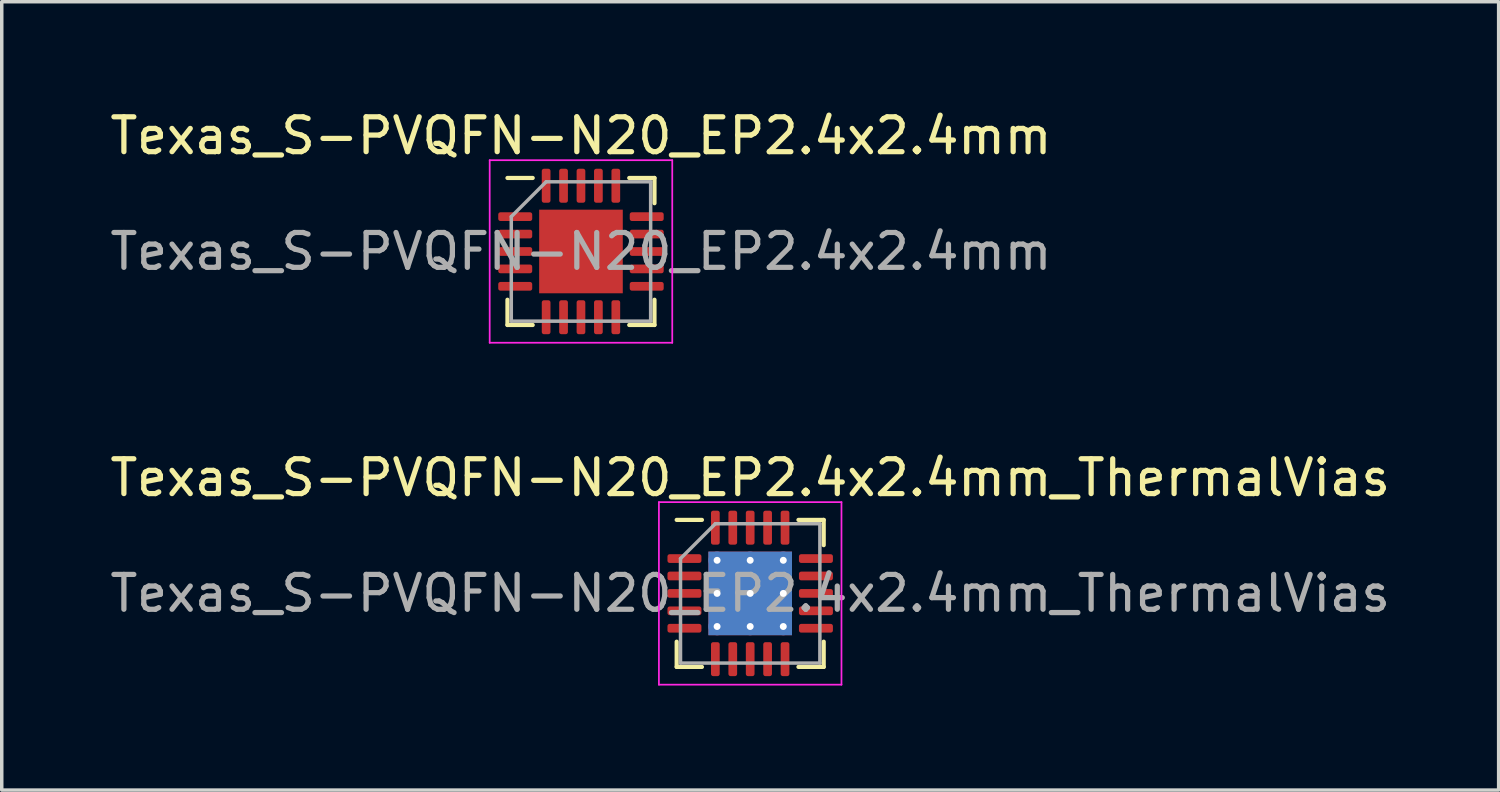
<source format=kicad_pcb>
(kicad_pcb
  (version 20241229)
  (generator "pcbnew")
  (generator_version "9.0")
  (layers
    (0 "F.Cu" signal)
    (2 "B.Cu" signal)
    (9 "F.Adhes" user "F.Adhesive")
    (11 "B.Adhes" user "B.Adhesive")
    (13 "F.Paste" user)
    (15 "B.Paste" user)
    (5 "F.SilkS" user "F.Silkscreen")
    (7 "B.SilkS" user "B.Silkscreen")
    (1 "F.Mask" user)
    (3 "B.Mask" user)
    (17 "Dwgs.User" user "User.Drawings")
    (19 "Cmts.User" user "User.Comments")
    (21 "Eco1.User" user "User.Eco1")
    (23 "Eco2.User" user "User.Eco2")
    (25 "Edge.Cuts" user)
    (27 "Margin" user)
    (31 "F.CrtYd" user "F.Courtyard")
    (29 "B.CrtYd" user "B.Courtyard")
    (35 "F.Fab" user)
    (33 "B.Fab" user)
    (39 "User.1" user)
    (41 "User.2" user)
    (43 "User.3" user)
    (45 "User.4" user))
  (footprint "Texas_S-PVQFN-N20_EP2.4x2.4mm"
    (layer "F.Cu")
    (at 13.625 4.168)
    (property "Reference" "Texas_S-PVQFN-N20_EP2.4x2.4mm" (at 0 -3.32 0) (layer "F.SilkS") (effects (font (size 1 1) (thickness 0.15))))
    (attr smd)
    (fp_line (start -2.11 2.11) (end -2.11 1.385) (stroke (width 0.12) (type solid)) (layer "F.SilkS"))
    (fp_line (start -1.385 -2.11) (end -2.11 -2.11) (stroke (width 0.12) (type solid)) (layer "F.SilkS"))
    (fp_line (start -1.385 2.11) (end -2.11 2.11) (stroke (width 0.12) (type solid)) (layer "F.SilkS"))
    (fp_line (start 1.385 -2.11) (end 2.11 -2.11) (stroke (width 0.12) (type solid)) (layer "F.SilkS"))
    (fp_line (start 1.385 2.11) (end 2.11 2.11) (stroke (width 0.12) (type solid)) (layer "F.SilkS"))
    (fp_line (start 2.11 -2.11) (end 2.11 -1.385) (stroke (width 0.12) (type solid)) (layer "F.SilkS"))
    (fp_line (start 2.11 2.11) (end 2.11 1.385) (stroke (width 0.12) (type solid)) (layer "F.SilkS"))
    (fp_line (start -2.62 -2.62) (end -2.62 2.62) (stroke (width 0.05) (type solid)) (layer "F.CrtYd"))
    (fp_line (start -2.62 2.62) (end 2.62 2.62) (stroke (width 0.05) (type solid)) (layer "F.CrtYd"))
    (fp_line (start 2.62 -2.62) (end -2.62 -2.62) (stroke (width 0.05) (type solid)) (layer "F.CrtYd"))
    (fp_line (start 2.62 2.62) (end 2.62 -2.62) (stroke (width 0.05) (type solid)) (layer "F.CrtYd"))
    (fp_line (start -2 -1) (end -1 -2) (stroke (width 0.1) (type solid)) (layer "F.Fab"))
    (fp_line (start -2 2) (end -2 -1) (stroke (width 0.1) (type solid)) (layer "F.Fab"))
    (fp_line (start -1 -2) (end 2 -2) (stroke (width 0.1) (type solid)) (layer "F.Fab"))
    (fp_line (start 2 -2) (end 2 2) (stroke (width 0.1) (type solid)) (layer "F.Fab"))
    (fp_line (start 2 2) (end -2 2) (stroke (width 0.1) (type solid)) (layer "F.Fab"))
    (fp_text user "${REFERENCE}" (at 0 0 0) (layer "F.Fab") (effects (font (size 1 1) (thickness 0.15))))
    (pad "" smd roundrect (at -0.6 -0.6) (size 0.97 0.97) (layers "F.Paste") (roundrect_rratio 0.25))
    (pad "" smd roundrect (at -0.6 0.6) (size 0.97 0.97) (layers "F.Paste") (roundrect_rratio 0.25))
    (pad "" smd roundrect (at 0.6 -0.6) (size 0.97 0.97) (layers "F.Paste") (roundrect_rratio 0.25))
    (pad "" smd roundrect (at 0.6 0.6) (size 0.97 0.97) (layers "F.Paste") (roundrect_rratio 0.25))
    (pad "1" smd roundrect (at -1.887 -1) (size 0.975 0.25) (layers "F.Cu" "F.Mask" "F.Paste") (roundrect_rratio 0.25))
    (pad "2" smd roundrect (at -1.887 -0.5) (size 0.975 0.25) (layers "F.Cu" "F.Mask" "F.Paste") (roundrect_rratio 0.25))
    (pad "3" smd roundrect (at -1.887 0) (size 0.975 0.25) (layers "F.Cu" "F.Mask" "F.Paste") (roundrect_rratio 0.25))
    (pad "4" smd roundrect (at -1.887 0.5) (size 0.975 0.25) (layers "F.Cu" "F.Mask" "F.Paste") (roundrect_rratio 0.25))
    (pad "5" smd roundrect (at -1.887 1) (size 0.975 0.25) (layers "F.Cu" "F.Mask" "F.Paste") (roundrect_rratio 0.25))
    (pad "6" smd roundrect (at -1 1.887) (size 0.25 0.975) (layers "F.Cu" "F.Mask" "F.Paste") (roundrect_rratio 0.25))
    (pad "7" smd roundrect (at -0.5 1.887) (size 0.25 0.975) (layers "F.Cu" "F.Mask" "F.Paste") (roundrect_rratio 0.25))
    (pad "8" smd roundrect (at 0 1.887) (size 0.25 0.975) (layers "F.Cu" "F.Mask" "F.Paste") (roundrect_rratio 0.25))
    (pad "9" smd roundrect (at 0.5 1.887) (size 0.25 0.975) (layers "F.Cu" "F.Mask" "F.Paste") (roundrect_rratio 0.25))
    (pad "10" smd roundrect (at 1 1.887) (size 0.25 0.975) (layers "F.Cu" "F.Mask" "F.Paste") (roundrect_rratio 0.25))
    (pad "11" smd roundrect (at 1.887 1) (size 0.975 0.25) (layers "F.Cu" "F.Mask" "F.Paste") (roundrect_rratio 0.25))
    (pad "12" smd roundrect (at 1.887 0.5) (size 0.975 0.25) (layers "F.Cu" "F.Mask" "F.Paste") (roundrect_rratio 0.25))
    (pad "13" smd roundrect (at 1.887 0) (size 0.975 0.25) (layers "F.Cu" "F.Mask" "F.Paste") (roundrect_rratio 0.25))
    (pad "14" smd roundrect (at 1.887 -0.5) (size 0.975 0.25) (layers "F.Cu" "F.Mask" "F.Paste") (roundrect_rratio 0.25))
    (pad "15" smd roundrect (at 1.887 -1) (size 0.975 0.25) (layers "F.Cu" "F.Mask" "F.Paste") (roundrect_rratio 0.25))
    (pad "16" smd roundrect (at 1 -1.887) (size 0.25 0.975) (layers "F.Cu" "F.Mask" "F.Paste") (roundrect_rratio 0.25))
    (pad "17" smd roundrect (at 0.5 -1.887) (size 0.25 0.975) (layers "F.Cu" "F.Mask" "F.Paste") (roundrect_rratio 0.25))
    (pad "18" smd roundrect (at 0 -1.887) (size 0.25 0.975) (layers "F.Cu" "F.Mask" "F.Paste") (roundrect_rratio 0.25))
    (pad "19" smd roundrect (at -0.5 -1.887) (size 0.25 0.975) (layers "F.Cu" "F.Mask" "F.Paste") (roundrect_rratio 0.25))
    (pad "20" smd roundrect (at -1 -1.887) (size 0.25 0.975) (layers "F.Cu" "F.Mask" "F.Paste") (roundrect_rratio 0.25))
    (pad "21" smd rect (at 0 0) (size 2.4 2.4) (layers "F.Cu" "F.Mask")))
  (footprint "Texas_S-PVQFN-N20_EP2.4x2.4mm_ThermalVias"
    (layer "F.Cu")
    (at 18.482 13.982)
    (property "Reference" "Texas_S-PVQFN-N20_EP2.4x2.4mm_ThermalVias" (at 0 -3.32 0) (layer "F.SilkS") (effects (font (size 1 1) (thickness 0.15))))
    (attr smd)
    (fp_line (start -2.11 2.11) (end -2.11 1.385) (stroke (width 0.12) (type solid)) (layer "F.SilkS"))
    (fp_line (start -1.385 -2.11) (end -2.11 -2.11) (stroke (width 0.12) (type solid)) (layer "F.SilkS"))
    (fp_line (start -1.385 2.11) (end -2.11 2.11) (stroke (width 0.12) (type solid)) (layer "F.SilkS"))
    (fp_line (start 1.385 -2.11) (end 2.11 -2.11) (stroke (width 0.12) (type solid)) (layer "F.SilkS"))
    (fp_line (start 1.385 2.11) (end 2.11 2.11) (stroke (width 0.12) (type solid)) (layer "F.SilkS"))
    (fp_line (start 2.11 -2.11) (end 2.11 -1.385) (stroke (width 0.12) (type solid)) (layer "F.SilkS"))
    (fp_line (start 2.11 2.11) (end 2.11 1.385) (stroke (width 0.12) (type solid)) (layer "F.SilkS"))
    (fp_line (start -2.62 -2.62) (end -2.62 2.62) (stroke (width 0.05) (type solid)) (layer "F.CrtYd"))
    (fp_line (start -2.62 2.62) (end 2.62 2.62) (stroke (width 0.05) (type solid)) (layer "F.CrtYd"))
    (fp_line (start 2.62 -2.62) (end -2.62 -2.62) (stroke (width 0.05) (type solid)) (layer "F.CrtYd"))
    (fp_line (start 2.62 2.62) (end 2.62 -2.62) (stroke (width 0.05) (type solid)) (layer "F.CrtYd"))
    (fp_line (start -2 -1) (end -1 -2) (stroke (width 0.1) (type solid)) (layer "F.Fab"))
    (fp_line (start -2 2) (end -2 -1) (stroke (width 0.1) (type solid)) (layer "F.Fab"))
    (fp_line (start -1 -2) (end 2 -2) (stroke (width 0.1) (type solid)) (layer "F.Fab"))
    (fp_line (start 2 -2) (end 2 2) (stroke (width 0.1) (type solid)) (layer "F.Fab"))
    (fp_line (start 2 2) (end -2 2) (stroke (width 0.1) (type solid)) (layer "F.Fab"))
    (fp_text user "${REFERENCE}" (at 0 0 0) (layer "F.Fab") (effects (font (size 1 1) (thickness 0.15))))
    (pad "" smd custom (at -0.475 -0.475) (size 0.72 0.72) (layers "F.Paste") (options (anchor circle)) (primitives (gr_poly (pts (xy 0.296 -0.19) (xy 0.296 0.19) (xy 0.19 0.296) (xy -0.19 0.296) (xy -0.296 0.19) (xy -0.296 -0.19) (xy -0.19 -0.296) (xy 0.19 -0.296)) (width 0.256) (fill yes))))
    (pad "" smd custom (at -0.475 0.475) (size 0.72 0.72) (layers "F.Paste") (options (anchor circle)) (primitives (gr_poly (pts (xy 0.296 -0.19) (xy 0.296 0.19) (xy 0.19 0.296) (xy -0.19 0.296) (xy -0.296 0.19) (xy -0.296 -0.19) (xy -0.19 -0.296) (xy 0.19 -0.296)) (width 0.256) (fill yes))))
    (pad "" smd custom (at 0.475 -0.475) (size 0.72 0.72) (layers "F.Paste") (options (anchor circle)) (primitives (gr_poly (pts (xy 0.296 -0.19) (xy 0.296 0.19) (xy 0.19 0.296) (xy -0.19 0.296) (xy -0.296 0.19) (xy -0.296 -0.19) (xy -0.19 -0.296) (xy 0.19 -0.296)) (width 0.256) (fill yes))))
    (pad "" smd custom (at 0.475 0.475) (size 0.72 0.72) (layers "F.Paste") (options (anchor circle)) (primitives (gr_poly (pts (xy 0.296 -0.19) (xy 0.296 0.19) (xy 0.19 0.296) (xy -0.19 0.296) (xy -0.296 0.19) (xy -0.296 -0.19) (xy -0.19 -0.296) (xy 0.19 -0.296)) (width 0.256) (fill yes))))
    (pad "1" smd roundrect (at -1.887 -1) (size 0.975 0.25) (layers "F.Cu" "F.Mask" "F.Paste") (roundrect_rratio 0.25))
    (pad "2" smd roundrect (at -1.887 -0.5) (size 0.975 0.25) (layers "F.Cu" "F.Mask" "F.Paste") (roundrect_rratio 0.25))
    (pad "3" smd roundrect (at -1.887 0) (size 0.975 0.25) (layers "F.Cu" "F.Mask" "F.Paste") (roundrect_rratio 0.25))
    (pad "4" smd roundrect (at -1.887 0.5) (size 0.975 0.25) (layers "F.Cu" "F.Mask" "F.Paste") (roundrect_rratio 0.25))
    (pad "5" smd roundrect (at -1.887 1) (size 0.975 0.25) (layers "F.Cu" "F.Mask" "F.Paste") (roundrect_rratio 0.25))
    (pad "6" smd roundrect (at -1 1.887) (size 0.25 0.975) (layers "F.Cu" "F.Mask" "F.Paste") (roundrect_rratio 0.25))
    (pad "7" smd roundrect (at -0.5 1.887) (size 0.25 0.975) (layers "F.Cu" "F.Mask" "F.Paste") (roundrect_rratio 0.25))
    (pad "8" smd roundrect (at 0 1.887) (size 0.25 0.975) (layers "F.Cu" "F.Mask" "F.Paste") (roundrect_rratio 0.25))
    (pad "9" smd roundrect (at 0.5 1.887) (size 0.25 0.975) (layers "F.Cu" "F.Mask" "F.Paste") (roundrect_rratio 0.25))
    (pad "10" smd roundrect (at 1 1.887) (size 0.25 0.975) (layers "F.Cu" "F.Mask" "F.Paste") (roundrect_rratio 0.25))
    (pad "11" smd roundrect (at 1.887 1) (size 0.975 0.25) (layers "F.Cu" "F.Mask" "F.Paste") (roundrect_rratio 0.25))
    (pad "12" smd roundrect (at 1.887 0.5) (size 0.975 0.25) (layers "F.Cu" "F.Mask" "F.Paste") (roundrect_rratio 0.25))
    (pad "13" smd roundrect (at 1.887 0) (size 0.975 0.25) (layers "F.Cu" "F.Mask" "F.Paste") (roundrect_rratio 0.25))
    (pad "14" smd roundrect (at 1.887 -0.5) (size 0.975 0.25) (layers "F.Cu" "F.Mask" "F.Paste") (roundrect_rratio 0.25))
    (pad "15" smd roundrect (at 1.887 -1) (size 0.975 0.25) (layers "F.Cu" "F.Mask" "F.Paste") (roundrect_rratio 0.25))
    (pad "16" smd roundrect (at 1 -1.887) (size 0.25 0.975) (layers "F.Cu" "F.Mask" "F.Paste") (roundrect_rratio 0.25))
    (pad "17" smd roundrect (at 0.5 -1.887) (size 0.25 0.975) (layers "F.Cu" "F.Mask" "F.Paste") (roundrect_rratio 0.25))
    (pad "18" smd roundrect (at 0 -1.887) (size 0.25 0.975) (layers "F.Cu" "F.Mask" "F.Paste") (roundrect_rratio 0.25))
    (pad "19" smd roundrect (at -0.5 -1.887) (size 0.25 0.975) (layers "F.Cu" "F.Mask" "F.Paste") (roundrect_rratio 0.25))
    (pad "20" smd roundrect (at -1 -1.887) (size 0.25 0.975) (layers "F.Cu" "F.Mask" "F.Paste") (roundrect_rratio 0.25))
    (pad "21" thru_hole circle (at -0.95 -0.95) (size 0.5 0.5) (drill 0.2) (layers "*.Cu"))
    (pad "21" thru_hole circle (at -0.95 0) (size 0.5 0.5) (drill 0.2) (layers "*.Cu"))
    (pad "21" thru_hole circle (at -0.95 0.95) (size 0.5 0.5) (drill 0.2) (layers "*.Cu"))
    (pad "21" thru_hole circle (at 0 -0.95) (size 0.5 0.5) (drill 0.2) (layers "*.Cu"))
    (pad "21" thru_hole circle (at 0 0) (size 0.5 0.5) (drill 0.2) (layers "*.Cu"))
    (pad "21" smd rect (at 0 0) (size 2.4 2.4) (layers "F.Cu" "F.Mask"))
    (pad "21" smd rect (at 0 0) (size 2.4 2.4) (layers "B.Cu"))
    (pad "21" thru_hole circle (at 0 0.95) (size 0.5 0.5) (drill 0.2) (layers "*.Cu"))
    (pad "21" thru_hole circle (at 0.95 -0.95) (size 0.5 0.5) (drill 0.2) (layers "*.Cu"))
    (pad "21" thru_hole circle (at 0.95 0) (size 0.5 0.5) (drill 0.2) (layers "*.Cu"))
    (pad "21" thru_hole circle (at 0.95 0.95) (size 0.5 0.5) (drill 0.2) (layers "*.Cu")))
  (gr_rect
    (start -3 -3)
    (end 39.964 19.627)
    (stroke (width 0.1) (type default))
    (fill no)
    (layer "Edge.Cuts")))
</source>
